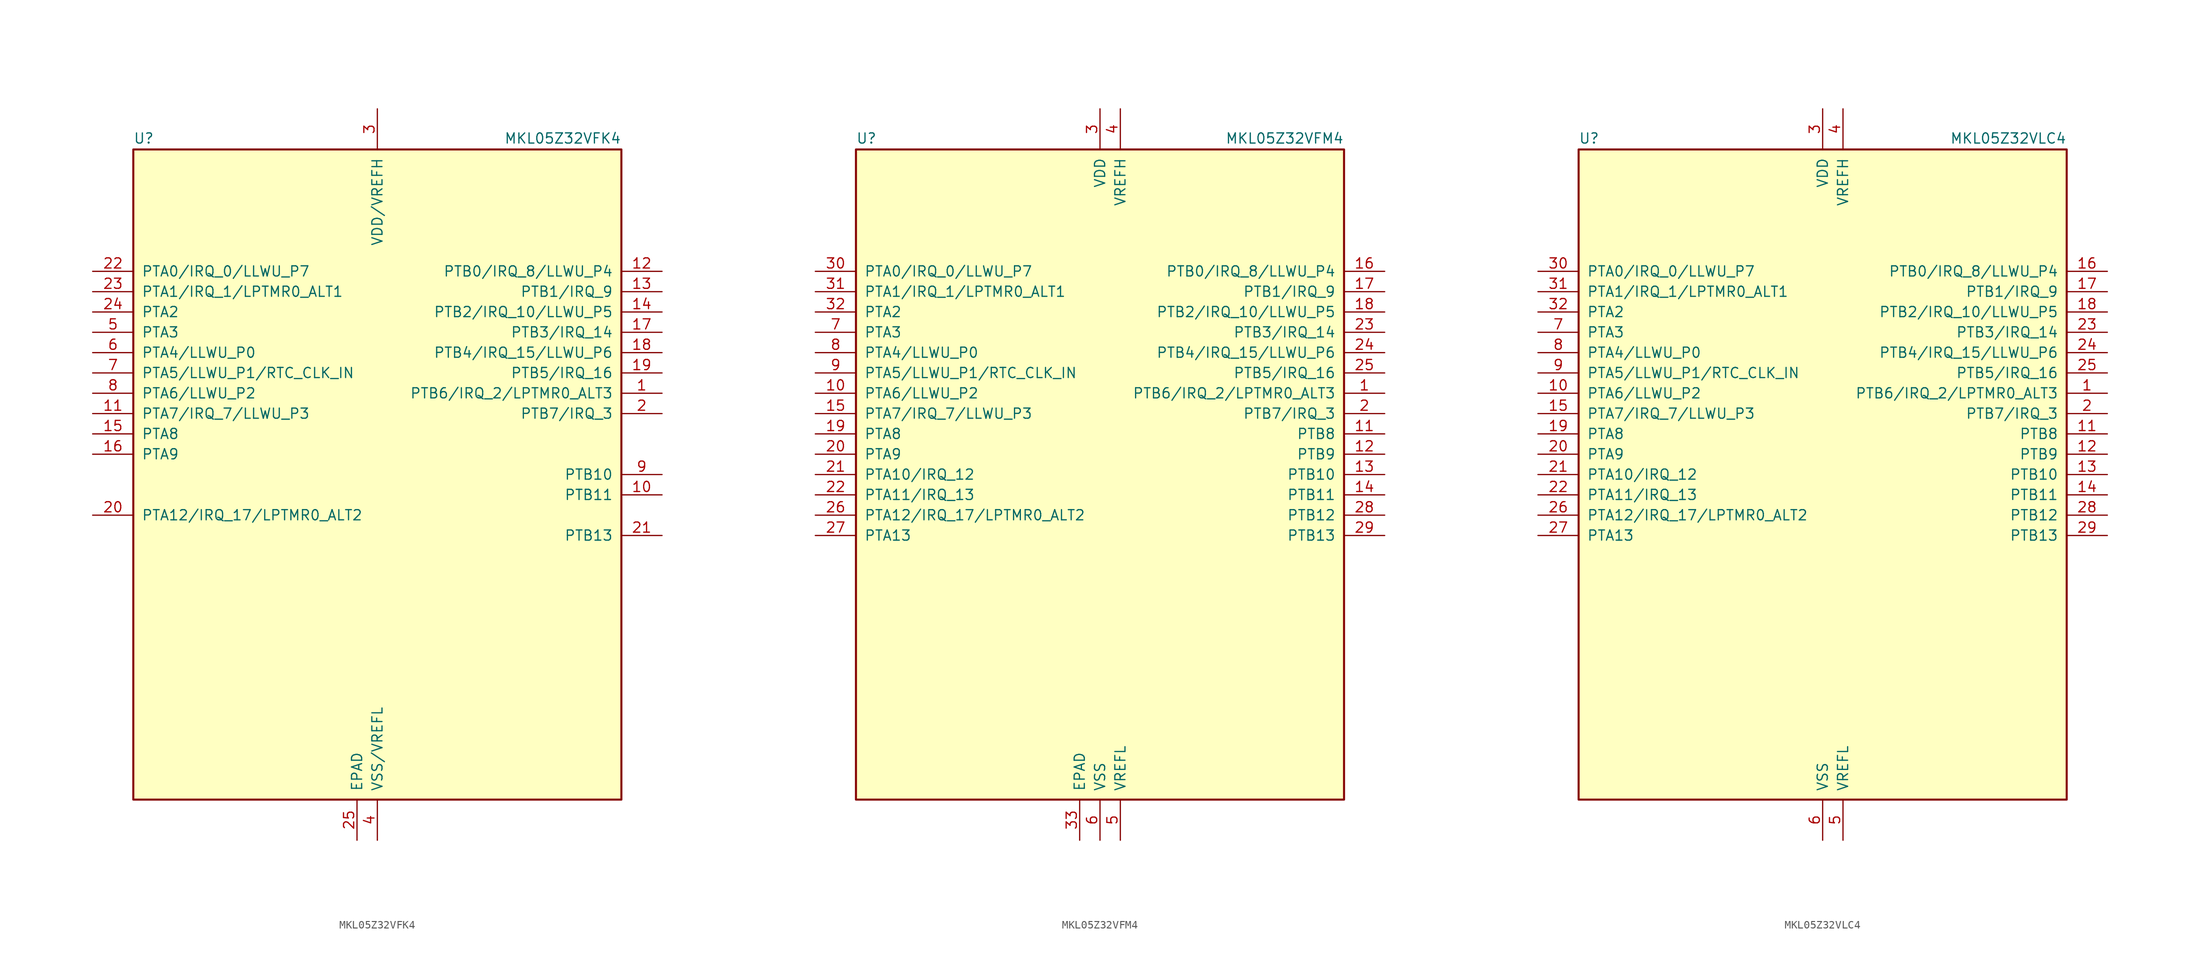
<source format=kicad_sym>
(kicad_symbol_lib
  (version 20211014)
  (generator kicad_symbol_editor)
  (symbol "MKL05Z32VFK4"
    (pin_names
      (offset 1.016))
    (property "Reference" "U"
      (at -30.48 41.275 0)
      (effects (font (size 1.27 1.27)) (justify left bottom)))
    (property "Value" "MKL05Z32VFK4"
      (at 30.48 41.275 0)
      (effects (font (size 1.27 1.27)) (justify right bottom)))
    (symbol "MKL05Z32VFK4_0_1"
      (rectangle (start -30.48 40.64) (end 30.48 -40.64) (stroke (width 0.254) (type default) (color 0 0 0 0)) (fill (type background))))
    (symbol "MKL05Z32VFK4_1_1"
      (pin bidirectional line (at 35.56 10.16 180) (length 5.08) (name "PTB6/IRQ_2/LPTMR0_ALT3" (effects (font (size 1.27 1.27)))) (number "1" (effects (font (size 1.27 1.27)))))
      (pin bidirectional line (at 35.56 -2.54 180) (length 5.08) (name "PTB11" (effects (font (size 1.27 1.27)))) (number "10" (effects (font (size 1.27 1.27)))))
      (pin bidirectional line (at -35.56 7.62 0) (length 5.08) (name "PTA7/IRQ_7/LLWU_P3" (effects (font (size 1.27 1.27)))) (number "11" (effects (font (size 1.27 1.27)))))
      (pin bidirectional line (at 35.56 25.4 180) (length 5.08) (name "PTB0/IRQ_8/LLWU_P4" (effects (font (size 1.27 1.27)))) (number "12" (effects (font (size 1.27 1.27)))))
      (pin bidirectional line (at 35.56 22.86 180) (length 5.08) (name "PTB1/IRQ_9" (effects (font (size 1.27 1.27)))) (number "13" (effects (font (size 1.27 1.27)))))
      (pin bidirectional line (at 35.56 20.32 180) (length 5.08) (name "PTB2/IRQ_10/LLWU_P5" (effects (font (size 1.27 1.27)))) (number "14" (effects (font (size 1.27 1.27)))))
      (pin bidirectional line (at -35.56 5.08 0) (length 5.08) (name "PTA8" (effects (font (size 1.27 1.27)))) (number "15" (effects (font (size 1.27 1.27)))))
      (pin bidirectional line (at -35.56 2.54 0) (length 5.08) (name "PTA9" (effects (font (size 1.27 1.27)))) (number "16" (effects (font (size 1.27 1.27)))))
      (pin bidirectional line (at 35.56 17.78 180) (length 5.08) (name "PTB3/IRQ_14" (effects (font (size 1.27 1.27)))) (number "17" (effects (font (size 1.27 1.27)))))
      (pin bidirectional line (at 35.56 15.24 180) (length 5.08) (name "PTB4/IRQ_15/LLWU_P6" (effects (font (size 1.27 1.27)))) (number "18" (effects (font (size 1.27 1.27)))))
      (pin bidirectional line (at 35.56 12.7 180) (length 5.08) (name "PTB5/IRQ_16" (effects (font (size 1.27 1.27)))) (number "19" (effects (font (size 1.27 1.27)))))
      (pin bidirectional line (at 35.56 7.62 180) (length 5.08) (name "PTB7/IRQ_3" (effects (font (size 1.27 1.27)))) (number "2" (effects (font (size 1.27 1.27)))))
      (pin bidirectional line (at -35.56 -5.08 0) (length 5.08) (name "PTA12/IRQ_17/LPTMR0_ALT2" (effects (font (size 1.27 1.27)))) (number "20" (effects (font (size 1.27 1.27)))))
      (pin bidirectional line (at 35.56 -7.62 180) (length 5.08) (name "PTB13" (effects (font (size 1.27 1.27)))) (number "21" (effects (font (size 1.27 1.27)))))
      (pin bidirectional line (at -35.56 25.4 0) (length 5.08) (name "PTA0/IRQ_0/LLWU_P7" (effects (font (size 1.27 1.27)))) (number "22" (effects (font (size 1.27 1.27)))))
      (pin bidirectional line (at -35.56 22.86 0) (length 5.08) (name "PTA1/IRQ_1/LPTMR0_ALT1" (effects (font (size 1.27 1.27)))) (number "23" (effects (font (size 1.27 1.27)))))
      (pin bidirectional line (at -35.56 20.32 0) (length 5.08) (name "PTA2" (effects (font (size 1.27 1.27)))) (number "24" (effects (font (size 1.27 1.27)))))
      (pin power_in line (at -2.54 -45.72 90) (length 5.08) (name "EPAD" (effects (font (size 1.27 1.27)))) (number "25" (effects (font (size 1.27 1.27)))))
      (pin power_in line (at 0 45.72 270) (length 5.08) (name "VDD/VREFH" (effects (font (size 1.27 1.27)))) (number "3" (effects (font (size 1.27 1.27)))))
      (pin power_in line (at 0 -45.72 90) (length 5.08) (name "VSS/VREFL" (effects (font (size 1.27 1.27)))) (number "4" (effects (font (size 1.27 1.27)))))
      (pin bidirectional line (at -35.56 17.78 0) (length 5.08) (name "PTA3" (effects (font (size 1.27 1.27)))) (number "5" (effects (font (size 1.27 1.27)))))
      (pin bidirectional line (at -35.56 15.24 0) (length 5.08) (name "PTA4/LLWU_P0" (effects (font (size 1.27 1.27)))) (number "6" (effects (font (size 1.27 1.27)))))
      (pin bidirectional line (at -35.56 12.7 0) (length 5.08) (name "PTA5/LLWU_P1/RTC_CLK_IN" (effects (font (size 1.27 1.27)))) (number "7" (effects (font (size 1.27 1.27)))))
      (pin bidirectional line (at -35.56 10.16 0) (length 5.08) (name "PTA6/LLWU_P2" (effects (font (size 1.27 1.27)))) (number "8" (effects (font (size 1.27 1.27)))))
      (pin bidirectional line (at 35.56 0 180) (length 5.08) (name "PTB10" (effects (font (size 1.27 1.27)))) (number "9" (effects (font (size 1.27 1.27)))))))
  (symbol "MKL05Z32VFM4"
    (pin_names
      (offset 1.016))
    (property "Reference" "U"
      (at -30.48 41.275 0)
      (effects (font (size 1.27 1.27)) (justify left bottom)))
    (property "Value" "MKL05Z32VFM4"
      (at 30.48 41.275 0)
      (effects (font (size 1.27 1.27)) (justify right bottom)))
    (symbol "MKL05Z32VFM4_0_1"
      (rectangle (start -30.48 40.64) (end 30.48 -40.64) (stroke (width 0.254) (type default) (color 0 0 0 0)) (fill (type background))))
    (symbol "MKL05Z32VFM4_1_1"
      (pin bidirectional line (at 35.56 10.16 180) (length 5.08) (name "PTB6/IRQ_2/LPTMR0_ALT3" (effects (font (size 1.27 1.27)))) (number "1" (effects (font (size 1.27 1.27)))))
      (pin bidirectional line (at -35.56 10.16 0) (length 5.08) (name "PTA6/LLWU_P2" (effects (font (size 1.27 1.27)))) (number "10" (effects (font (size 1.27 1.27)))))
      (pin bidirectional line (at 35.56 5.08 180) (length 5.08) (name "PTB8" (effects (font (size 1.27 1.27)))) (number "11" (effects (font (size 1.27 1.27)))))
      (pin bidirectional line (at 35.56 2.54 180) (length 5.08) (name "PTB9" (effects (font (size 1.27 1.27)))) (number "12" (effects (font (size 1.27 1.27)))))
      (pin bidirectional line (at 35.56 0 180) (length 5.08) (name "PTB10" (effects (font (size 1.27 1.27)))) (number "13" (effects (font (size 1.27 1.27)))))
      (pin bidirectional line (at 35.56 -2.54 180) (length 5.08) (name "PTB11" (effects (font (size 1.27 1.27)))) (number "14" (effects (font (size 1.27 1.27)))))
      (pin bidirectional line (at -35.56 7.62 0) (length 5.08) (name "PTA7/IRQ_7/LLWU_P3" (effects (font (size 1.27 1.27)))) (number "15" (effects (font (size 1.27 1.27)))))
      (pin bidirectional line (at 35.56 25.4 180) (length 5.08) (name "PTB0/IRQ_8/LLWU_P4" (effects (font (size 1.27 1.27)))) (number "16" (effects (font (size 1.27 1.27)))))
      (pin bidirectional line (at 35.56 22.86 180) (length 5.08) (name "PTB1/IRQ_9" (effects (font (size 1.27 1.27)))) (number "17" (effects (font (size 1.27 1.27)))))
      (pin bidirectional line (at 35.56 20.32 180) (length 5.08) (name "PTB2/IRQ_10/LLWU_P5" (effects (font (size 1.27 1.27)))) (number "18" (effects (font (size 1.27 1.27)))))
      (pin bidirectional line (at -35.56 5.08 0) (length 5.08) (name "PTA8" (effects (font (size 1.27 1.27)))) (number "19" (effects (font (size 1.27 1.27)))))
      (pin bidirectional line (at 35.56 7.62 180) (length 5.08) (name "PTB7/IRQ_3" (effects (font (size 1.27 1.27)))) (number "2" (effects (font (size 1.27 1.27)))))
      (pin bidirectional line (at -35.56 2.54 0) (length 5.08) (name "PTA9" (effects (font (size 1.27 1.27)))) (number "20" (effects (font (size 1.27 1.27)))))
      (pin bidirectional line (at -35.56 0 0) (length 5.08) (name "PTA10/IRQ_12" (effects (font (size 1.27 1.27)))) (number "21" (effects (font (size 1.27 1.27)))))
      (pin bidirectional line (at -35.56 -2.54 0) (length 5.08) (name "PTA11/IRQ_13" (effects (font (size 1.27 1.27)))) (number "22" (effects (font (size 1.27 1.27)))))
      (pin bidirectional line (at 35.56 17.78 180) (length 5.08) (name "PTB3/IRQ_14" (effects (font (size 1.27 1.27)))) (number "23" (effects (font (size 1.27 1.27)))))
      (pin bidirectional line (at 35.56 15.24 180) (length 5.08) (name "PTB4/IRQ_15/LLWU_P6" (effects (font (size 1.27 1.27)))) (number "24" (effects (font (size 1.27 1.27)))))
      (pin bidirectional line (at 35.56 12.7 180) (length 5.08) (name "PTB5/IRQ_16" (effects (font (size 1.27 1.27)))) (number "25" (effects (font (size 1.27 1.27)))))
      (pin bidirectional line (at -35.56 -5.08 0) (length 5.08) (name "PTA12/IRQ_17/LPTMR0_ALT2" (effects (font (size 1.27 1.27)))) (number "26" (effects (font (size 1.27 1.27)))))
      (pin bidirectional line (at -35.56 -7.62 0) (length 5.08) (name "PTA13" (effects (font (size 1.27 1.27)))) (number "27" (effects (font (size 1.27 1.27)))))
      (pin bidirectional line (at 35.56 -5.08 180) (length 5.08) (name "PTB12" (effects (font (size 1.27 1.27)))) (number "28" (effects (font (size 1.27 1.27)))))
      (pin bidirectional line (at 35.56 -7.62 180) (length 5.08) (name "PTB13" (effects (font (size 1.27 1.27)))) (number "29" (effects (font (size 1.27 1.27)))))
      (pin power_in line (at 0 45.72 270) (length 5.08) (name "VDD" (effects (font (size 1.27 1.27)))) (number "3" (effects (font (size 1.27 1.27)))))
      (pin bidirectional line (at -35.56 25.4 0) (length 5.08) (name "PTA0/IRQ_0/LLWU_P7" (effects (font (size 1.27 1.27)))) (number "30" (effects (font (size 1.27 1.27)))))
      (pin bidirectional line (at -35.56 22.86 0) (length 5.08) (name "PTA1/IRQ_1/LPTMR0_ALT1" (effects (font (size 1.27 1.27)))) (number "31" (effects (font (size 1.27 1.27)))))
      (pin bidirectional line (at -35.56 20.32 0) (length 5.08) (name "PTA2" (effects (font (size 1.27 1.27)))) (number "32" (effects (font (size 1.27 1.27)))))
      (pin power_in line (at -2.54 -45.72 90) (length 5.08) (name "EPAD" (effects (font (size 1.27 1.27)))) (number "33" (effects (font (size 1.27 1.27)))))
      (pin power_in line (at 2.54 45.72 270) (length 5.08) (name "VREFH" (effects (font (size 1.27 1.27)))) (number "4" (effects (font (size 1.27 1.27)))))
      (pin power_in line (at 2.54 -45.72 90) (length 5.08) (name "VREFL" (effects (font (size 1.27 1.27)))) (number "5" (effects (font (size 1.27 1.27)))))
      (pin power_in line (at 0 -45.72 90) (length 5.08) (name "VSS" (effects (font (size 1.27 1.27)))) (number "6" (effects (font (size 1.27 1.27)))))
      (pin bidirectional line (at -35.56 17.78 0) (length 5.08) (name "PTA3" (effects (font (size 1.27 1.27)))) (number "7" (effects (font (size 1.27 1.27)))))
      (pin bidirectional line (at -35.56 15.24 0) (length 5.08) (name "PTA4/LLWU_P0" (effects (font (size 1.27 1.27)))) (number "8" (effects (font (size 1.27 1.27)))))
      (pin bidirectional line (at -35.56 12.7 0) (length 5.08) (name "PTA5/LLWU_P1/RTC_CLK_IN" (effects (font (size 1.27 1.27)))) (number "9" (effects (font (size 1.27 1.27)))))))
  (symbol "MKL05Z32VLC4"
    (pin_names
      (offset 1.016))
    (property "Reference" "U"
      (at -30.48 41.275 0)
      (effects (font (size 1.27 1.27)) (justify left bottom)))
    (property "Value" "MKL05Z32VLC4"
      (at 30.48 41.275 0)
      (effects (font (size 1.27 1.27)) (justify right bottom)))
    (symbol "MKL05Z32VLC4_0_1"
      (rectangle (start -30.48 40.64) (end 30.48 -40.64) (stroke (width 0.254) (type default) (color 0 0 0 0)) (fill (type background))))
    (symbol "MKL05Z32VLC4_1_1"
      (pin bidirectional line (at 35.56 10.16 180) (length 5.08) (name "PTB6/IRQ_2/LPTMR0_ALT3" (effects (font (size 1.27 1.27)))) (number "1" (effects (font (size 1.27 1.27)))))
      (pin bidirectional line (at -35.56 10.16 0) (length 5.08) (name "PTA6/LLWU_P2" (effects (font (size 1.27 1.27)))) (number "10" (effects (font (size 1.27 1.27)))))
      (pin bidirectional line (at 35.56 5.08 180) (length 5.08) (name "PTB8" (effects (font (size 1.27 1.27)))) (number "11" (effects (font (size 1.27 1.27)))))
      (pin bidirectional line (at 35.56 2.54 180) (length 5.08) (name "PTB9" (effects (font (size 1.27 1.27)))) (number "12" (effects (font (size 1.27 1.27)))))
      (pin bidirectional line (at 35.56 0 180) (length 5.08) (name "PTB10" (effects (font (size 1.27 1.27)))) (number "13" (effects (font (size 1.27 1.27)))))
      (pin bidirectional line (at 35.56 -2.54 180) (length 5.08) (name "PTB11" (effects (font (size 1.27 1.27)))) (number "14" (effects (font (size 1.27 1.27)))))
      (pin bidirectional line (at -35.56 7.62 0) (length 5.08) (name "PTA7/IRQ_7/LLWU_P3" (effects (font (size 1.27 1.27)))) (number "15" (effects (font (size 1.27 1.27)))))
      (pin bidirectional line (at 35.56 25.4 180) (length 5.08) (name "PTB0/IRQ_8/LLWU_P4" (effects (font (size 1.27 1.27)))) (number "16" (effects (font (size 1.27 1.27)))))
      (pin bidirectional line (at 35.56 22.86 180) (length 5.08) (name "PTB1/IRQ_9" (effects (font (size 1.27 1.27)))) (number "17" (effects (font (size 1.27 1.27)))))
      (pin bidirectional line (at 35.56 20.32 180) (length 5.08) (name "PTB2/IRQ_10/LLWU_P5" (effects (font (size 1.27 1.27)))) (number "18" (effects (font (size 1.27 1.27)))))
      (pin bidirectional line (at -35.56 5.08 0) (length 5.08) (name "PTA8" (effects (font (size 1.27 1.27)))) (number "19" (effects (font (size 1.27 1.27)))))
      (pin bidirectional line (at 35.56 7.62 180) (length 5.08) (name "PTB7/IRQ_3" (effects (font (size 1.27 1.27)))) (number "2" (effects (font (size 1.27 1.27)))))
      (pin bidirectional line (at -35.56 2.54 0) (length 5.08) (name "PTA9" (effects (font (size 1.27 1.27)))) (number "20" (effects (font (size 1.27 1.27)))))
      (pin bidirectional line (at -35.56 0 0) (length 5.08) (name "PTA10/IRQ_12" (effects (font (size 1.27 1.27)))) (number "21" (effects (font (size 1.27 1.27)))))
      (pin bidirectional line (at -35.56 -2.54 0) (length 5.08) (name "PTA11/IRQ_13" (effects (font (size 1.27 1.27)))) (number "22" (effects (font (size 1.27 1.27)))))
      (pin bidirectional line (at 35.56 17.78 180) (length 5.08) (name "PTB3/IRQ_14" (effects (font (size 1.27 1.27)))) (number "23" (effects (font (size 1.27 1.27)))))
      (pin bidirectional line (at 35.56 15.24 180) (length 5.08) (name "PTB4/IRQ_15/LLWU_P6" (effects (font (size 1.27 1.27)))) (number "24" (effects (font (size 1.27 1.27)))))
      (pin bidirectional line (at 35.56 12.7 180) (length 5.08) (name "PTB5/IRQ_16" (effects (font (size 1.27 1.27)))) (number "25" (effects (font (size 1.27 1.27)))))
      (pin bidirectional line (at -35.56 -5.08 0) (length 5.08) (name "PTA12/IRQ_17/LPTMR0_ALT2" (effects (font (size 1.27 1.27)))) (number "26" (effects (font (size 1.27 1.27)))))
      (pin bidirectional line (at -35.56 -7.62 0) (length 5.08) (name "PTA13" (effects (font (size 1.27 1.27)))) (number "27" (effects (font (size 1.27 1.27)))))
      (pin bidirectional line (at 35.56 -5.08 180) (length 5.08) (name "PTB12" (effects (font (size 1.27 1.27)))) (number "28" (effects (font (size 1.27 1.27)))))
      (pin bidirectional line (at 35.56 -7.62 180) (length 5.08) (name "PTB13" (effects (font (size 1.27 1.27)))) (number "29" (effects (font (size 1.27 1.27)))))
      (pin power_in line (at 0 45.72 270) (length 5.08) (name "VDD" (effects (font (size 1.27 1.27)))) (number "3" (effects (font (size 1.27 1.27)))))
      (pin bidirectional line (at -35.56 25.4 0) (length 5.08) (name "PTA0/IRQ_0/LLWU_P7" (effects (font (size 1.27 1.27)))) (number "30" (effects (font (size 1.27 1.27)))))
      (pin bidirectional line (at -35.56 22.86 0) (length 5.08) (name "PTA1/IRQ_1/LPTMR0_ALT1" (effects (font (size 1.27 1.27)))) (number "31" (effects (font (size 1.27 1.27)))))
      (pin bidirectional line (at -35.56 20.32 0) (length 5.08) (name "PTA2" (effects (font (size 1.27 1.27)))) (number "32" (effects (font (size 1.27 1.27)))))
      (pin power_in line (at 2.54 45.72 270) (length 5.08) (name "VREFH" (effects (font (size 1.27 1.27)))) (number "4" (effects (font (size 1.27 1.27)))))
      (pin power_in line (at 2.54 -45.72 90) (length 5.08) (name "VREFL" (effects (font (size 1.27 1.27)))) (number "5" (effects (font (size 1.27 1.27)))))
      (pin power_in line (at 0 -45.72 90) (length 5.08) (name "VSS" (effects (font (size 1.27 1.27)))) (number "6" (effects (font (size 1.27 1.27)))))
      (pin bidirectional line (at -35.56 17.78 0) (length 5.08) (name "PTA3" (effects (font (size 1.27 1.27)))) (number "7" (effects (font (size 1.27 1.27)))))
      (pin bidirectional line (at -35.56 15.24 0) (length 5.08) (name "PTA4/LLWU_P0" (effects (font (size 1.27 1.27)))) (number "8" (effects (font (size 1.27 1.27)))))
      (pin bidirectional line (at -35.56 12.7 0) (length 5.08) (name "PTA5/LLWU_P1/RTC_CLK_IN" (effects (font (size 1.27 1.27)))) (number "9" (effects (font (size 1.27 1.27))))))))
</source>
